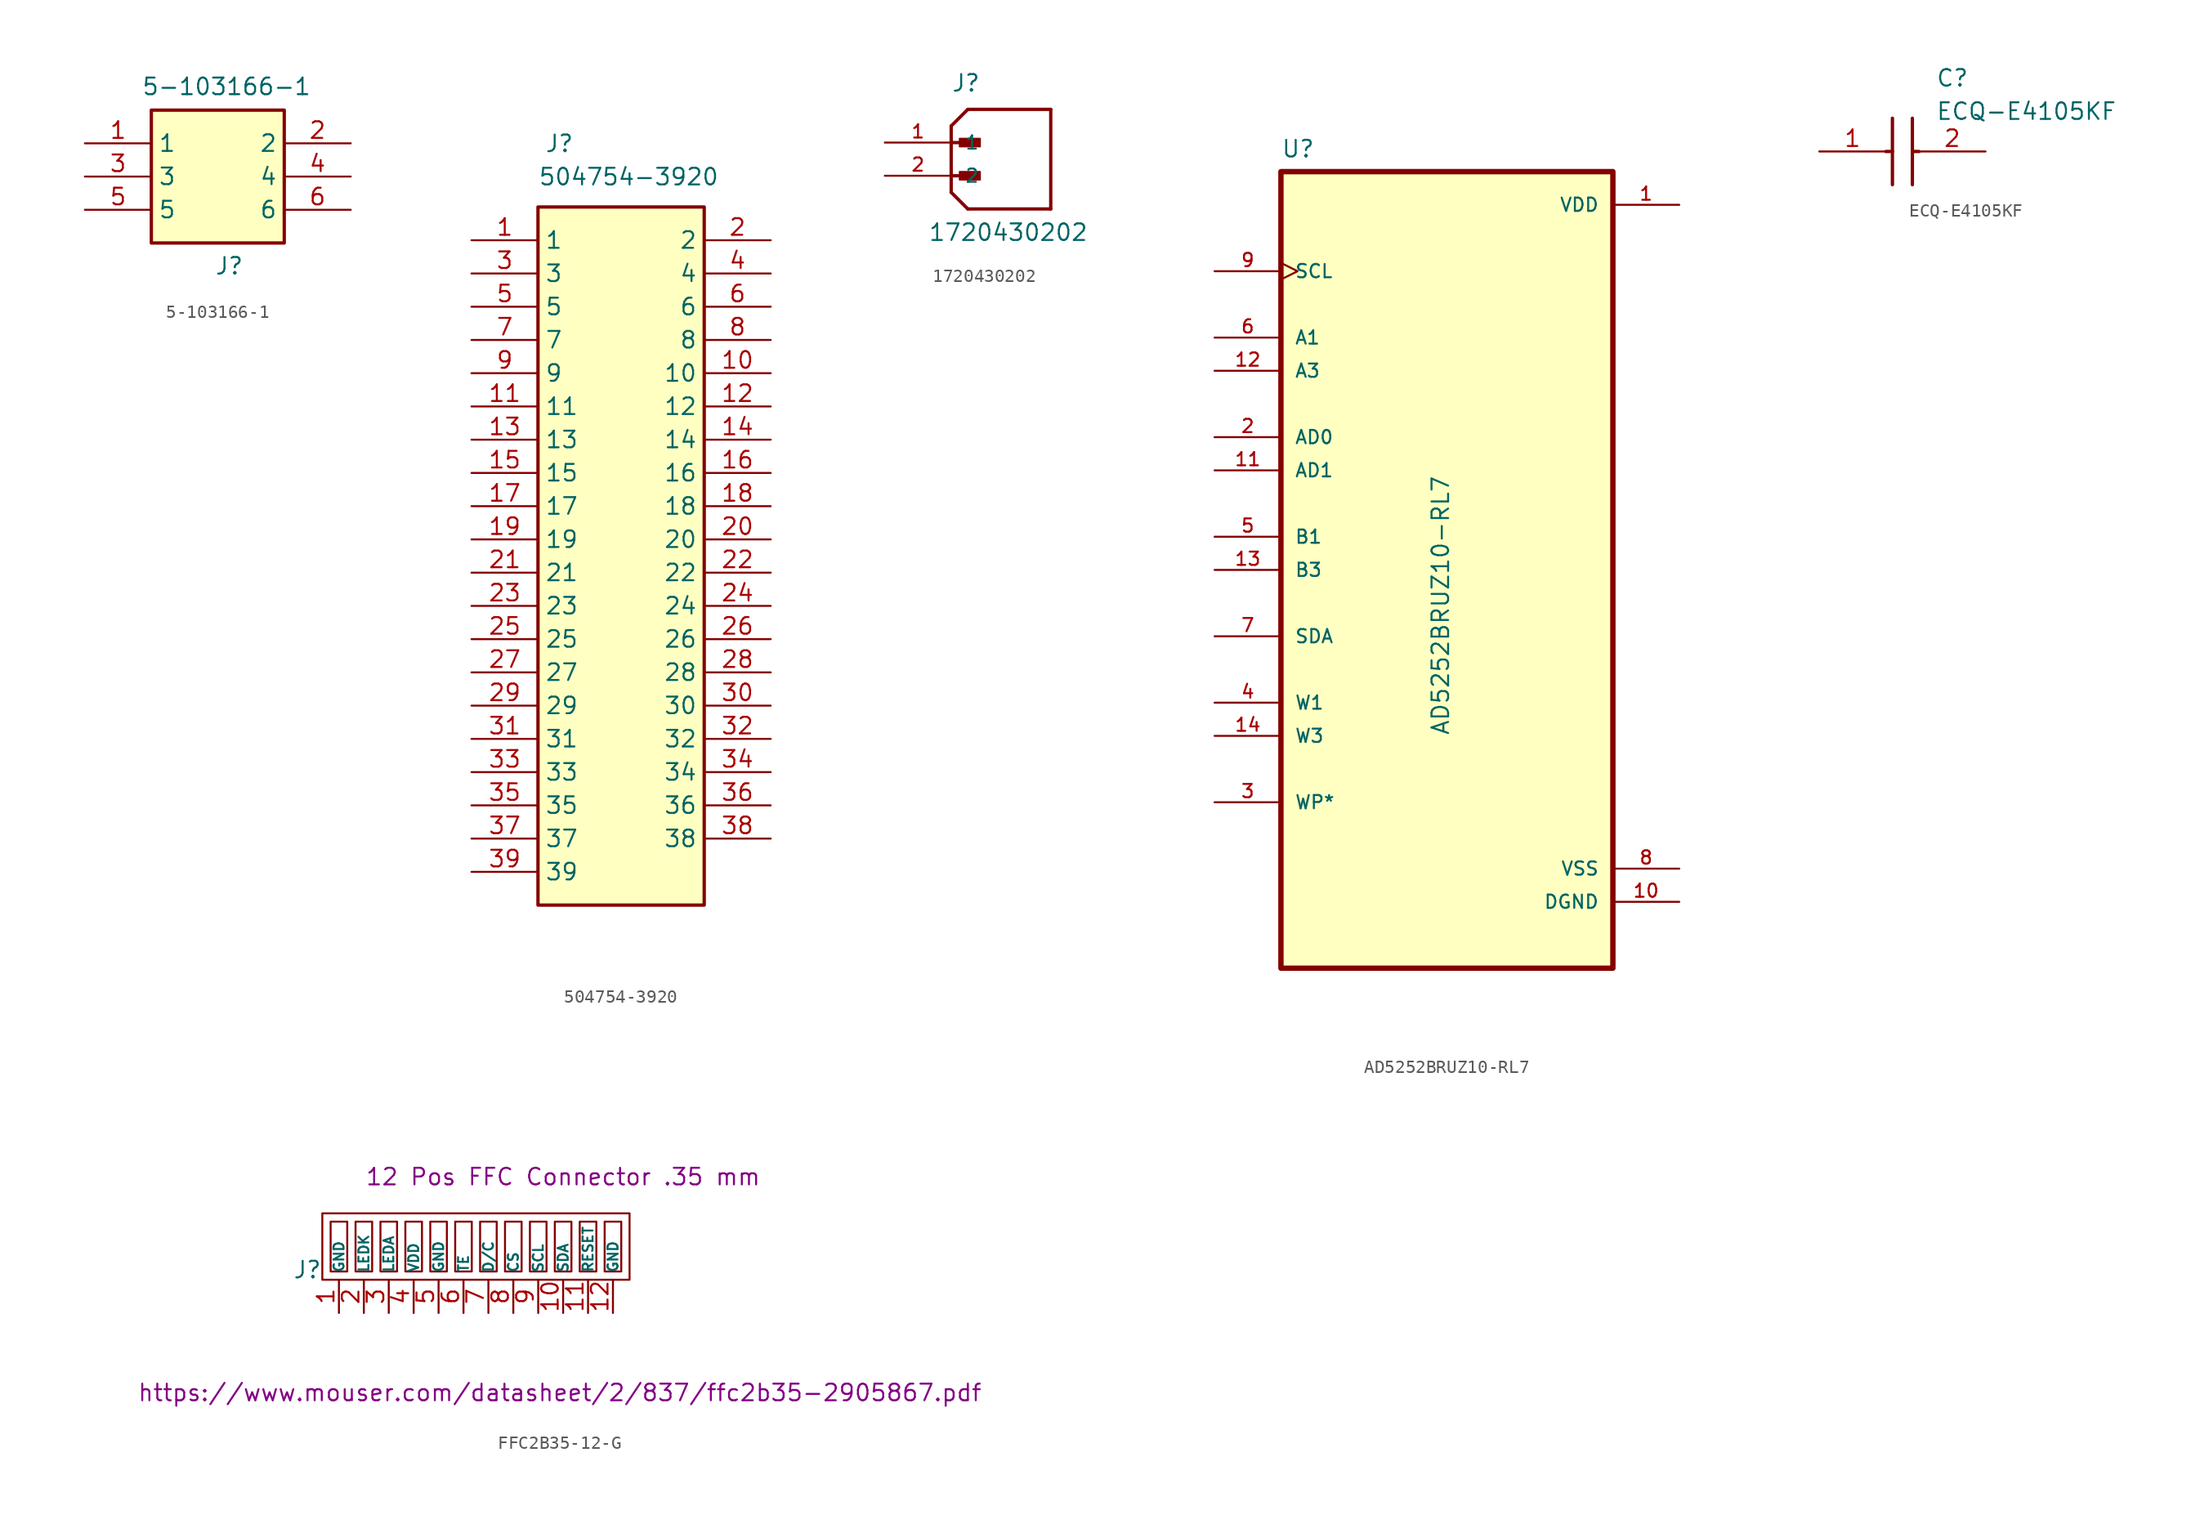
<source format=kicad_sym>
(kicad_symbol_lib
  (version 20231120)
  (generator "kicad_symbol_editor")
  (generator_version "8.0")
  (symbol "5-103166-1"
    (property "Reference" "J"
      (at 9.906 -8.636 0)
      (effects (font (size 1.27 1.27)) (justify left top)))
    (property "Value" "5-103166-1"
      (at 4.318 5.08 0)
      (effects (font (size 1.27 1.27)) (justify left top)))
    (symbol "5-103166-1_1_1"
      (rectangle (start 5.08 2.54) (end 15.24 -7.62) (stroke (width 0.254) (type default)) (fill (type background)))
      (pin passive line (at 0 0 0) (length 5.08) (name "1" (effects (font (size 1.27 1.27)))) (number "1" (effects (font (size 1.27 1.27)))))
      (pin passive line (at 20.32 0 180) (length 5.08) (name "2" (effects (font (size 1.27 1.27)))) (number "2" (effects (font (size 1.27 1.27)))))
      (pin passive line (at 0 -2.54 0) (length 5.08) (name "3" (effects (font (size 1.27 1.27)))) (number "3" (effects (font (size 1.27 1.27)))))
      (pin passive line (at 20.32 -2.54 180) (length 5.08) (name "4" (effects (font (size 1.27 1.27)))) (number "4" (effects (font (size 1.27 1.27)))))
      (pin passive line (at 0 -5.08 0) (length 5.08) (name "5" (effects (font (size 1.27 1.27)))) (number "5" (effects (font (size 1.27 1.27)))))
      (pin passive line (at 20.32 -5.08 180) (length 5.08) (name "6" (effects (font (size 1.27 1.27)))) (number "6" (effects (font (size 1.27 1.27)))))))
  (symbol "504754-3920"
    (property "Reference" "J"
      (at 5.588 8.128 0)
      (effects (font (size 1.27 1.27)) (justify left top)))
    (property "Value" "504754-3920"
      (at 5.08 5.588 0)
      (effects (font (size 1.27 1.27)) (justify left top)))
    (symbol "504754-3920_1_1"
      (rectangle (start 5.08 2.54) (end 17.78 -50.8) (stroke (width 0.254) (type default)) (fill (type background)))
      (pin passive line (at 0 0 0) (length 5.08) (name "1" (effects (font (size 1.27 1.27)))) (number "1" (effects (font (size 1.27 1.27)))))
      (pin passive line (at 22.86 -10.16 180) (length 5.08) (name "10" (effects (font (size 1.27 1.27)))) (number "10" (effects (font (size 1.27 1.27)))))
      (pin passive line (at 0 -12.7 0) (length 5.08) (name "11" (effects (font (size 1.27 1.27)))) (number "11" (effects (font (size 1.27 1.27)))))
      (pin passive line (at 22.86 -12.7 180) (length 5.08) (name "12" (effects (font (size 1.27 1.27)))) (number "12" (effects (font (size 1.27 1.27)))))
      (pin passive line (at 0 -15.24 0) (length 5.08) (name "13" (effects (font (size 1.27 1.27)))) (number "13" (effects (font (size 1.27 1.27)))))
      (pin passive line (at 22.86 -15.24 180) (length 5.08) (name "14" (effects (font (size 1.27 1.27)))) (number "14" (effects (font (size 1.27 1.27)))))
      (pin passive line (at 0 -17.78 0) (length 5.08) (name "15" (effects (font (size 1.27 1.27)))) (number "15" (effects (font (size 1.27 1.27)))))
      (pin passive line (at 22.86 -17.78 180) (length 5.08) (name "16" (effects (font (size 1.27 1.27)))) (number "16" (effects (font (size 1.27 1.27)))))
      (pin passive line (at 0 -20.32 0) (length 5.08) (name "17" (effects (font (size 1.27 1.27)))) (number "17" (effects (font (size 1.27 1.27)))))
      (pin passive line (at 22.86 -20.32 180) (length 5.08) (name "18" (effects (font (size 1.27 1.27)))) (number "18" (effects (font (size 1.27 1.27)))))
      (pin passive line (at 0 -22.86 0) (length 5.08) (name "19" (effects (font (size 1.27 1.27)))) (number "19" (effects (font (size 1.27 1.27)))))
      (pin passive line (at 22.86 0 180) (length 5.08) (name "2" (effects (font (size 1.27 1.27)))) (number "2" (effects (font (size 1.27 1.27)))))
      (pin passive line (at 22.86 -22.86 180) (length 5.08) (name "20" (effects (font (size 1.27 1.27)))) (number "20" (effects (font (size 1.27 1.27)))))
      (pin passive line (at 0 -25.4 0) (length 5.08) (name "21" (effects (font (size 1.27 1.27)))) (number "21" (effects (font (size 1.27 1.27)))))
      (pin passive line (at 22.86 -25.4 180) (length 5.08) (name "22" (effects (font (size 1.27 1.27)))) (number "22" (effects (font (size 1.27 1.27)))))
      (pin passive line (at 0 -27.94 0) (length 5.08) (name "23" (effects (font (size 1.27 1.27)))) (number "23" (effects (font (size 1.27 1.27)))))
      (pin passive line (at 22.86 -27.94 180) (length 5.08) (name "24" (effects (font (size 1.27 1.27)))) (number "24" (effects (font (size 1.27 1.27)))))
      (pin passive line (at 0 -30.48 0) (length 5.08) (name "25" (effects (font (size 1.27 1.27)))) (number "25" (effects (font (size 1.27 1.27)))))
      (pin passive line (at 22.86 -30.48 180) (length 5.08) (name "26" (effects (font (size 1.27 1.27)))) (number "26" (effects (font (size 1.27 1.27)))))
      (pin passive line (at 0 -33.02 0) (length 5.08) (name "27" (effects (font (size 1.27 1.27)))) (number "27" (effects (font (size 1.27 1.27)))))
      (pin passive line (at 22.86 -33.02 180) (length 5.08) (name "28" (effects (font (size 1.27 1.27)))) (number "28" (effects (font (size 1.27 1.27)))))
      (pin passive line (at 0 -35.56 0) (length 5.08) (name "29" (effects (font (size 1.27 1.27)))) (number "29" (effects (font (size 1.27 1.27)))))
      (pin passive line (at 0 -2.54 0) (length 5.08) (name "3" (effects (font (size 1.27 1.27)))) (number "3" (effects (font (size 1.27 1.27)))))
      (pin passive line (at 22.86 -35.56 180) (length 5.08) (name "30" (effects (font (size 1.27 1.27)))) (number "30" (effects (font (size 1.27 1.27)))))
      (pin passive line (at 0 -38.1 0) (length 5.08) (name "31" (effects (font (size 1.27 1.27)))) (number "31" (effects (font (size 1.27 1.27)))))
      (pin passive line (at 22.86 -38.1 180) (length 5.08) (name "32" (effects (font (size 1.27 1.27)))) (number "32" (effects (font (size 1.27 1.27)))))
      (pin passive line (at 0 -40.64 0) (length 5.08) (name "33" (effects (font (size 1.27 1.27)))) (number "33" (effects (font (size 1.27 1.27)))))
      (pin passive line (at 22.86 -40.64 180) (length 5.08) (name "34" (effects (font (size 1.27 1.27)))) (number "34" (effects (font (size 1.27 1.27)))))
      (pin passive line (at 0 -43.18 0) (length 5.08) (name "35" (effects (font (size 1.27 1.27)))) (number "35" (effects (font (size 1.27 1.27)))))
      (pin passive line (at 22.86 -43.18 180) (length 5.08) (name "36" (effects (font (size 1.27 1.27)))) (number "36" (effects (font (size 1.27 1.27)))))
      (pin passive line (at 0 -45.72 0) (length 5.08) (name "37" (effects (font (size 1.27 1.27)))) (number "37" (effects (font (size 1.27 1.27)))))
      (pin passive line (at 22.86 -45.72 180) (length 5.08) (name "38" (effects (font (size 1.27 1.27)))) (number "38" (effects (font (size 1.27 1.27)))))
      (pin passive line (at 0 -48.26 0) (length 5.08) (name "39" (effects (font (size 1.27 1.27)))) (number "39" (effects (font (size 1.27 1.27)))))
      (pin passive line (at 22.86 -2.54 180) (length 5.08) (name "4" (effects (font (size 1.27 1.27)))) (number "4" (effects (font (size 1.27 1.27)))))
      (pin passive line (at 0 -5.08 0) (length 5.08) (name "5" (effects (font (size 1.27 1.27)))) (number "5" (effects (font (size 1.27 1.27)))))
      (pin passive line (at 22.86 -5.08 180) (length 5.08) (name "6" (effects (font (size 1.27 1.27)))) (number "6" (effects (font (size 1.27 1.27)))))
      (pin passive line (at 0 -7.62 0) (length 5.08) (name "7" (effects (font (size 1.27 1.27)))) (number "7" (effects (font (size 1.27 1.27)))))
      (pin passive line (at 22.86 -7.62 180) (length 5.08) (name "8" (effects (font (size 1.27 1.27)))) (number "8" (effects (font (size 1.27 1.27)))))
      (pin passive line (at 0 -10.16 0) (length 5.08) (name "9" (effects (font (size 1.27 1.27)))) (number "9" (effects (font (size 1.27 1.27)))))))
  (symbol "1720430202"
    (pin_names
      (offset 1.016))
    (property "Reference" "J"
      (at 0 6.35 0)
      (effects (font (size 1.27 1.27)) (justify left bottom)))
    (property "Value" "1720430202"
      (at -1.778 -5.08 0)
      (effects (font (size 1.27 1.27)) (justify left bottom)))
    (symbol "1720430202_0_0"
      (polyline (pts (xy 0 -1.27) (xy 1.27 -2.54)) (stroke (width 0.254) (type default)) (fill (type none)))
      (polyline (pts (xy 0 0) (xy 1.905 0)) (stroke (width 0.254) (type default)) (fill (type none)))
      (polyline (pts (xy 0 2.54) (xy 0 -1.27)) (stroke (width 0.254) (type default)) (fill (type none)))
      (polyline (pts (xy 0 2.54) (xy 1.905 2.54)) (stroke (width 0.254) (type default)) (fill (type none)))
      (polyline (pts (xy 0 3.81) (xy 0 2.54)) (stroke (width 0.254) (type default)) (fill (type none)))
      (polyline (pts (xy 0 3.81) (xy 1.27 5.08)) (stroke (width 0.254) (type default)) (fill (type none)))
      (polyline (pts (xy 1.27 -2.54) (xy 7.62 -2.54)) (stroke (width 0.254) (type default)) (fill (type none)))
      (polyline (pts (xy 7.62 -2.54) (xy 7.62 5.08)) (stroke (width 0.254) (type default)) (fill (type none)))
      (polyline (pts (xy 7.62 5.08) (xy 1.27 5.08)) (stroke (width 0.254) (type default)) (fill (type none)))
      (rectangle (start 0.635 -0.318) (end 2.223 0.318) (stroke (width 0.1) (type default)) (fill (type outline)))
      (rectangle (start 0.635 2.223) (end 2.223 2.857) (stroke (width 0.1) (type default)) (fill (type outline)))
      (pin passive line (at -5.08 2.54 0) (length 5.08) (name "1" (effects (font (size 1.016 1.016)))) (number "1" (effects (font (size 1.016 1.016)))))
      (pin passive line (at -5.08 0 0) (length 5.08) (name "2" (effects (font (size 1.016 1.016)))) (number "2" (effects (font (size 1.016 1.016)))))))
  (symbol "AD5252BRUZ10-RL7"
    (pin_names
      (offset 1.016))
    (property "Reference" "U"
      (at -12.7 31.48 0)
      (effects (font (size 1.27 1.27)) (justify left bottom)))
    (property "Value" "AD5252BRUZ10-RL7"
      (at 0.254 -12.7 90)
      (effects (font (size 1.27 1.27)) (justify left bottom)))
    (symbol "AD5252BRUZ10-RL7_0_0"
      (rectangle (start -12.7 -30.48) (end 12.7 30.48) (stroke (width 0.41) (type default)) (fill (type background)))
      (pin power_in line (at 17.78 27.94 180) (length 5.08) (name "VDD" (effects (font (size 1.016 1.016)))) (number "1" (effects (font (size 1.016 1.016)))))
      (pin power_in line (at 17.78 -25.4 180) (length 5.08) (name "DGND" (effects (font (size 1.016 1.016)))) (number "10" (effects (font (size 1.016 1.016)))))
      (pin bidirectional line (at -17.78 7.62 0) (length 5.08) (name "AD1" (effects (font (size 1.016 1.016)))) (number "11" (effects (font (size 1.016 1.016)))))
      (pin bidirectional line (at -17.78 15.24 0) (length 5.08) (name "A3" (effects (font (size 1.016 1.016)))) (number "12" (effects (font (size 1.016 1.016)))))
      (pin bidirectional line (at -17.78 0 0) (length 5.08) (name "B3" (effects (font (size 1.016 1.016)))) (number "13" (effects (font (size 1.016 1.016)))))
      (pin bidirectional line (at -17.78 -12.7 0) (length 5.08) (name "W3" (effects (font (size 1.016 1.016)))) (number "14" (effects (font (size 1.016 1.016)))))
      (pin bidirectional line (at -17.78 10.16 0) (length 5.08) (name "AD0" (effects (font (size 1.016 1.016)))) (number "2" (effects (font (size 1.016 1.016)))))
      (pin bidirectional line (at -17.78 -17.78 0) (length 5.08) (name "WP*" (effects (font (size 1.016 1.016)))) (number "3" (effects (font (size 1.016 1.016)))))
      (pin bidirectional line (at -17.78 -10.16 0) (length 5.08) (name "W1" (effects (font (size 1.016 1.016)))) (number "4" (effects (font (size 1.016 1.016)))))
      (pin bidirectional line (at -17.78 2.54 0) (length 5.08) (name "B1" (effects (font (size 1.016 1.016)))) (number "5" (effects (font (size 1.016 1.016)))))
      (pin bidirectional line (at -17.78 17.78 0) (length 5.08) (name "A1" (effects (font (size 1.016 1.016)))) (number "6" (effects (font (size 1.016 1.016)))))
      (pin bidirectional line (at -17.78 -5.08 0) (length 5.08) (name "SDA" (effects (font (size 1.016 1.016)))) (number "7" (effects (font (size 1.016 1.016)))))
      (pin power_in line (at 17.78 -22.86 180) (length 5.08) (name "VSS" (effects (font (size 1.016 1.016)))) (number "8" (effects (font (size 1.016 1.016)))))
      (pin input clock (at -17.78 22.86 0) (length 5.08) (name "SCL" (effects (font (size 1.016 1.016)))) (number "9" (effects (font (size 1.016 1.016)))))))
  (symbol "ECQ-E4105KF"
    (pin_names hide)
    (property "Reference" "C"
      (at 8.89 6.35 0)
      (effects (font (size 1.27 1.27)) (justify left top)))
    (property "Value" "ECQ-E4105KF"
      (at 8.89 3.81 0)
      (effects (font (size 1.27 1.27)) (justify left top)))
    (symbol "ECQ-E4105KF_1_1"
      (polyline (pts (xy 5.08 0) (xy 5.588 0)) (stroke (width 0.254) (type default)) (fill (type none)))
      (polyline (pts (xy 5.588 2.54) (xy 5.588 -2.54)) (stroke (width 0.254) (type default)) (fill (type none)))
      (polyline (pts (xy 7.112 0) (xy 7.62 0)) (stroke (width 0.254) (type default)) (fill (type none)))
      (polyline (pts (xy 7.112 2.54) (xy 7.112 -2.54)) (stroke (width 0.254) (type default)) (fill (type none)))
      (pin passive line (at 0 0 0) (length 5.08) (name "1" (effects (font (size 1.27 1.27)))) (number "1" (effects (font (size 1.27 1.27)))))
      (pin passive line (at 12.7 0 180) (length 5.08) (name "2" (effects (font (size 1.27 1.27)))) (number "2" (effects (font (size 1.27 1.27)))))))
  (symbol "FFC2B35-12-G"
    (property "Reference" "J"
      (at -15.748 -0.508 0)
      (effects (font (size 1.27 1.27))))
    (property "Value" ""
      (at -6.35 0.635 0)
      (effects (font (size 1.27 1.27))))
    (property "Footprint" ""
      (at -6.35 0.635 0)
      (effects (font (size 1.27 1.27))))
    (property "Datasheet" "https://www.mouser.com/datasheet/2/837/ffc2b35-2905867.pdf"
      (at 3.556 -9.906 0)
      (effects (font (size 1.27 1.27))))
    (property "Description" "12 Pos FFC Connector .35 mm"
      (at 3.81 6.604 0)
      (effects (font (size 1.27 1.27))))
    (property "ki_locked" ""
      (at 0 0 0)
      (effects (font (size 1.27 1.27))))
    (symbol "FFC2B35-12-G_1_1"
      (rectangle (start -14.605 3.81) (end 8.89 -1.27) (stroke (width 0) (type default)) (fill (type none)))
      (rectangle (start -13.97 3.175) (end -12.7 -0.635) (stroke (width 0) (type default)) (fill (type none)))
      (rectangle (start -12.065 3.175) (end -10.795 -0.635) (stroke (width 0) (type default)) (fill (type none)))
      (rectangle (start -10.16 3.175) (end -8.89 -0.635) (stroke (width 0) (type default)) (fill (type none)))
      (rectangle (start -8.255 3.175) (end -6.985 -0.635) (stroke (width 0) (type default)) (fill (type none)))
      (rectangle (start -6.35 3.175) (end -5.08 -0.635) (stroke (width 0) (type default)) (fill (type none)))
      (rectangle (start -4.445 3.175) (end -3.175 -0.635) (stroke (width 0) (type default)) (fill (type none)))
      (rectangle (start -2.54 3.175) (end -1.27 -0.635) (stroke (width 0) (type default)) (fill (type none)))
      (rectangle (start -0.635 3.175) (end 0.635 -0.635) (stroke (width 0) (type default)) (fill (type none)))
      (rectangle (start 1.27 3.175) (end 2.54 -0.635) (stroke (width 0) (type default)) (fill (type none)))
      (rectangle (start 3.175 3.175) (end 4.445 -0.635) (stroke (width 0) (type default)) (fill (type none)))
      (rectangle (start 5.08 3.175) (end 6.35 -0.635) (stroke (width 0) (type default)) (fill (type none)))
      (rectangle (start 6.985 3.175) (end 8.255 -0.635) (stroke (width 0) (type default)) (fill (type none)))
      (pin input line (at -13.335 -3.81 90) (length 2.54) (name "GND" (effects (font (size 0.762 0.762)))) (number "1" (effects (font (size 1.27 1.27)))))
      (pin input line (at 3.81 -3.81 90) (length 2.54) (name "SDA" (effects (font (size 0.762 0.762)))) (number "10" (effects (font (size 1.27 1.27)))))
      (pin input line (at 5.715 -3.81 90) (length 2.54) (name "RESET" (effects (font (size 0.762 0.762)))) (number "11" (effects (font (size 1.27 1.27)))))
      (pin input line (at 7.62 -3.81 90) (length 2.54) (name "GND" (effects (font (size 0.762 0.762)))) (number "12" (effects (font (size 1.27 1.27)))))
      (pin input line (at -11.43 -3.81 90) (length 2.54) (name "LEDK" (effects (font (size 0.762 0.762)))) (number "2" (effects (font (size 1.27 1.27)))))
      (pin input line (at -9.525 -3.81 90) (length 2.54) (name "LEDA" (effects (font (size 0.762 0.762)))) (number "3" (effects (font (size 1.27 1.27)))))
      (pin input line (at -7.62 -3.81 90) (length 2.54) (name "VDD" (effects (font (size 0.762 0.762)))) (number "4" (effects (font (size 1.27 1.27)))))
      (pin input line (at -5.715 -3.81 90) (length 2.54) (name "GND" (effects (font (size 0.762 0.762)))) (number "5" (effects (font (size 1.27 1.27)))))
      (pin input line (at -3.81 -3.81 90) (length 2.54) (name "TE" (effects (font (size 0.762 0.762)))) (number "6" (effects (font (size 1.27 1.27)))))
      (pin input line (at -1.905 -3.81 90) (length 2.54) (name "D/C" (effects (font (size 0.762 0.762)))) (number "7" (effects (font (size 1.27 1.27)))))
      (pin input line (at 0 -3.81 90) (length 2.54) (name "CS" (effects (font (size 0.762 0.762)))) (number "8" (effects (font (size 1.27 1.27)))))
      (pin input line (at 1.905 -3.81 90) (length 2.54) (name "SCL" (effects (font (size 0.762 0.762)))) (number "9" (effects (font (size 1.27 1.27))))))))
</source>
